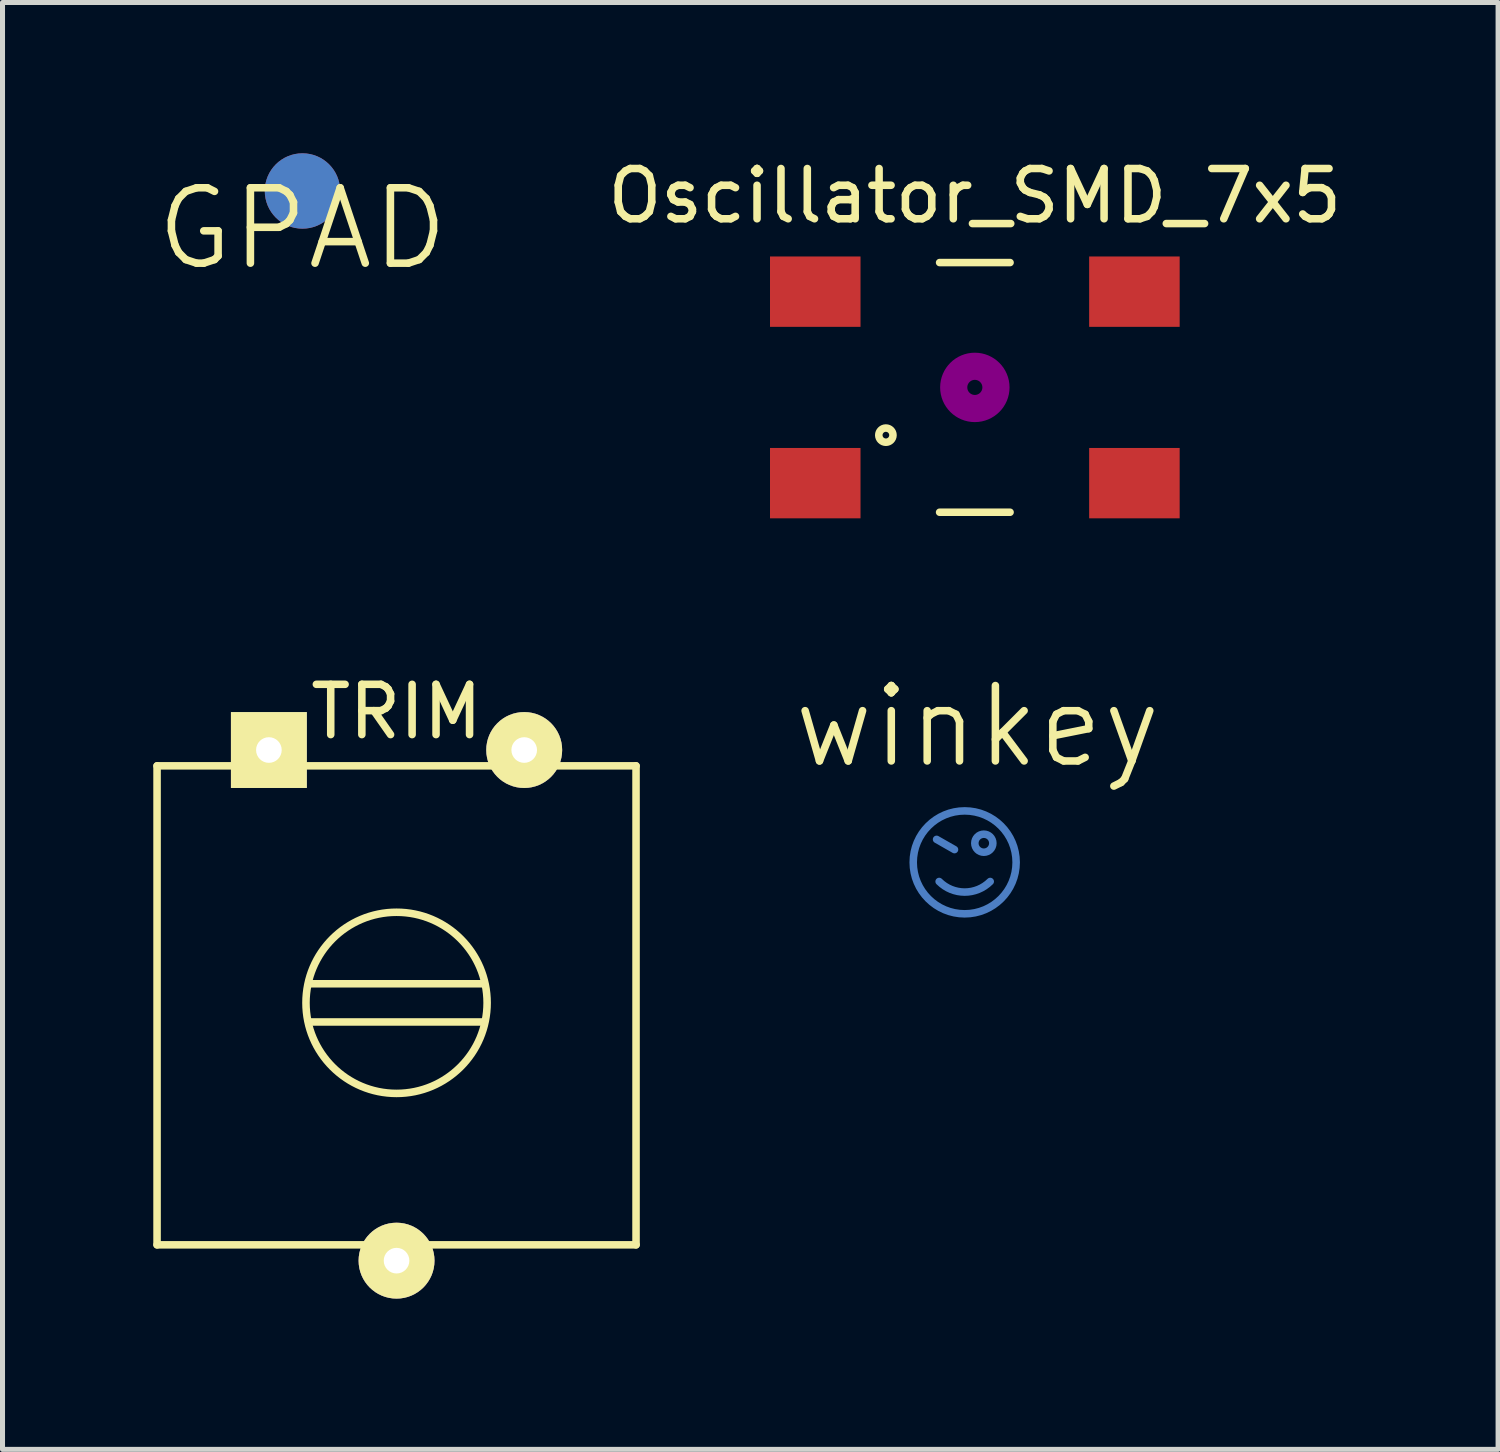
<source format=kicad_pcb>
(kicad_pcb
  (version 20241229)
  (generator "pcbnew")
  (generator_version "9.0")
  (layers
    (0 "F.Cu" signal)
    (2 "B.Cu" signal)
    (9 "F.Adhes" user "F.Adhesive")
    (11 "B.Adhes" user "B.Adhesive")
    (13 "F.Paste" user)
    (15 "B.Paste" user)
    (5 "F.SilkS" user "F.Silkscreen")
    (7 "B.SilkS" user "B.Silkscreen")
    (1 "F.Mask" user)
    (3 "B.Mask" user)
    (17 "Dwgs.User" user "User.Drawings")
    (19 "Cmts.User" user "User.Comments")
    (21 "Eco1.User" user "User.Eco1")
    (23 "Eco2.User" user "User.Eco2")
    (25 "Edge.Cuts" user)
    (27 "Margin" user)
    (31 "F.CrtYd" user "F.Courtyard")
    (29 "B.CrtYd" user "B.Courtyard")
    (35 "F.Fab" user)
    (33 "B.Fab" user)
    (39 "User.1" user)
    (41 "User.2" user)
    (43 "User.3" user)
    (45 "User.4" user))
  (footprint "GPAD"
    (layer "F.Cu")
    (at 2.968 0.75)
    (property "Reference" "GPAD" (at 0 0.75 0) (layer "F.SilkS") (effects (font (size 1.5 1.5) (thickness 0.15))))
    (attr through_hole)
    (pad "" smd circle (at 0 0) (size 1.5 1.5) (layers "*.Cu" "F.Mask" "F.Paste")))
  (footprint "Oscillator_SMD_7x5"
    (layer "F.Cu")
    (at 16.346 4.658)
    (property "Reference" "Oscillator_SMD_7x5" (at 0 -3.81 0) (layer "F.SilkS") (effects (font (size 1 1) (thickness 0.15))))
    (attr smd)
    (fp_line (start -0.701 -2.484) (end 0.701 -2.484) (stroke (width 0.15) (type solid)) (layer "F.SilkS"))
    (fp_line (start 0.701 2.484) (end -0.701 2.484) (stroke (width 0.15) (type solid)) (layer "F.SilkS"))
    (fp_circle (center -1.77 0.95) (end -1.669 1.049) (stroke (width 0.15) (type solid)) (fill no) (layer "F.SilkS"))
    (fp_circle (center 0 0) (end 0.15 0) (stroke (width 0.381) (type solid)) (fill no) (layer "F.Adhes"))
    (fp_circle (center 0 0) (end 0.5 0) (stroke (width 0.381) (type solid)) (fill no) (layer "F.Adhes"))
    (pad "1" smd rect (at -3.175 1.905) (size 1.801 1.4) (layers "F.Cu" "F.Mask" "F.Paste"))
    (pad "2" smd rect (at 3.175 1.905) (size 1.801 1.4) (layers "F.Cu" "F.Mask" "F.Paste"))
    (pad "3" smd rect (at 3.175 -1.905) (size 1.801 1.4) (layers "F.Cu" "F.Mask" "F.Paste"))
    (pad "4" smd rect (at -3.175 -1.905) (size 1.801 1.4) (layers "F.Cu" "F.Mask" "F.Paste")))
  (footprint "TRIM"
    (layer "F.Cu")
    (at 2.3 16.953)
    (property "Reference" "TRIM" (at 2.54 -5.842 0) (layer "F.SilkS") (effects (font (size 1 1) (thickness 0.15))))
    (attr through_hole)
    (fp_line (start -2.225 -4.765) (end 7.305 -4.765) (stroke (width 0.15) (type solid)) (layer "F.SilkS"))
    (fp_line (start -2.225 4.765) (end -2.225 -4.765) (stroke (width 0.15) (type solid)) (layer "F.SilkS"))
    (fp_line (start 0.84 -0.429) (end 4.24 -0.429) (stroke (width 0.15) (type solid)) (layer "F.SilkS"))
    (fp_line (start 0.84 0.331) (end 4.24 0.331) (stroke (width 0.15) (type solid)) (layer "F.SilkS"))
    (fp_line (start 7.305 -4.765) (end 7.305 4.765) (stroke (width 0.15) (type solid)) (layer "F.SilkS"))
    (fp_line (start 7.305 4.765) (end -2.225 4.765) (stroke (width 0.15) (type solid)) (layer "F.SilkS"))
    (fp_circle (center 2.54 -0.05) (end 4.115 0.826) (stroke (width 0.15) (type solid)) (fill no) (layer "F.SilkS"))
    (pad "1" thru_hole rect (at 0 -5.08) (size 1.51 1.51) (drill 0.51) (layers "*.Mask" "B.Cu" "F.SilkS"))
    (pad "2" thru_hole circle (at 2.54 5.08) (size 1.51 1.51) (drill 0.51) (layers "*.Mask" "B.Cu" "F.SilkS"))
    (pad "3" thru_hole circle (at 5.08 -5.08) (size 1.51 1.51) (drill 0.51) (layers "*.Mask" "B.Cu" "F.SilkS")))
  (footprint "winkey"
    (layer "F.Cu")
    (at 16.144 14.108)
    (property "Reference" "winkey" (at 0.254 -2.704 0) (layer "F.SilkS") (effects (font (size 1.5 1.5) (thickness 0.15))))
    (attr through_hole)
    (fp_line (start -0.203 -0.254) (end -0.559 -0.457) (stroke (width 0.15) (type solid)) (layer "B.Cu"))
    (fp_arc (start 0.508 0.381) (mid 0 0.59142) (end -0.508 0.381) (stroke (width 0.15) (type solid)) (layer "B.Cu"))
    (fp_circle (center 0 0) (end 0.889 0.508) (stroke (width 0.15) (type solid)) (fill no) (layer "B.Cu"))
    (fp_circle (center 0.381 -0.381) (end 0.508 -0.254) (stroke (width 0.15) (type solid)) (fill no) (layer "B.Cu")))
  (gr_rect
    (start -3 -3)
    (end 26.757 25.788)
    (stroke (width 0.1) (type default))
    (fill no)
    (layer "Edge.Cuts")))
</source>
